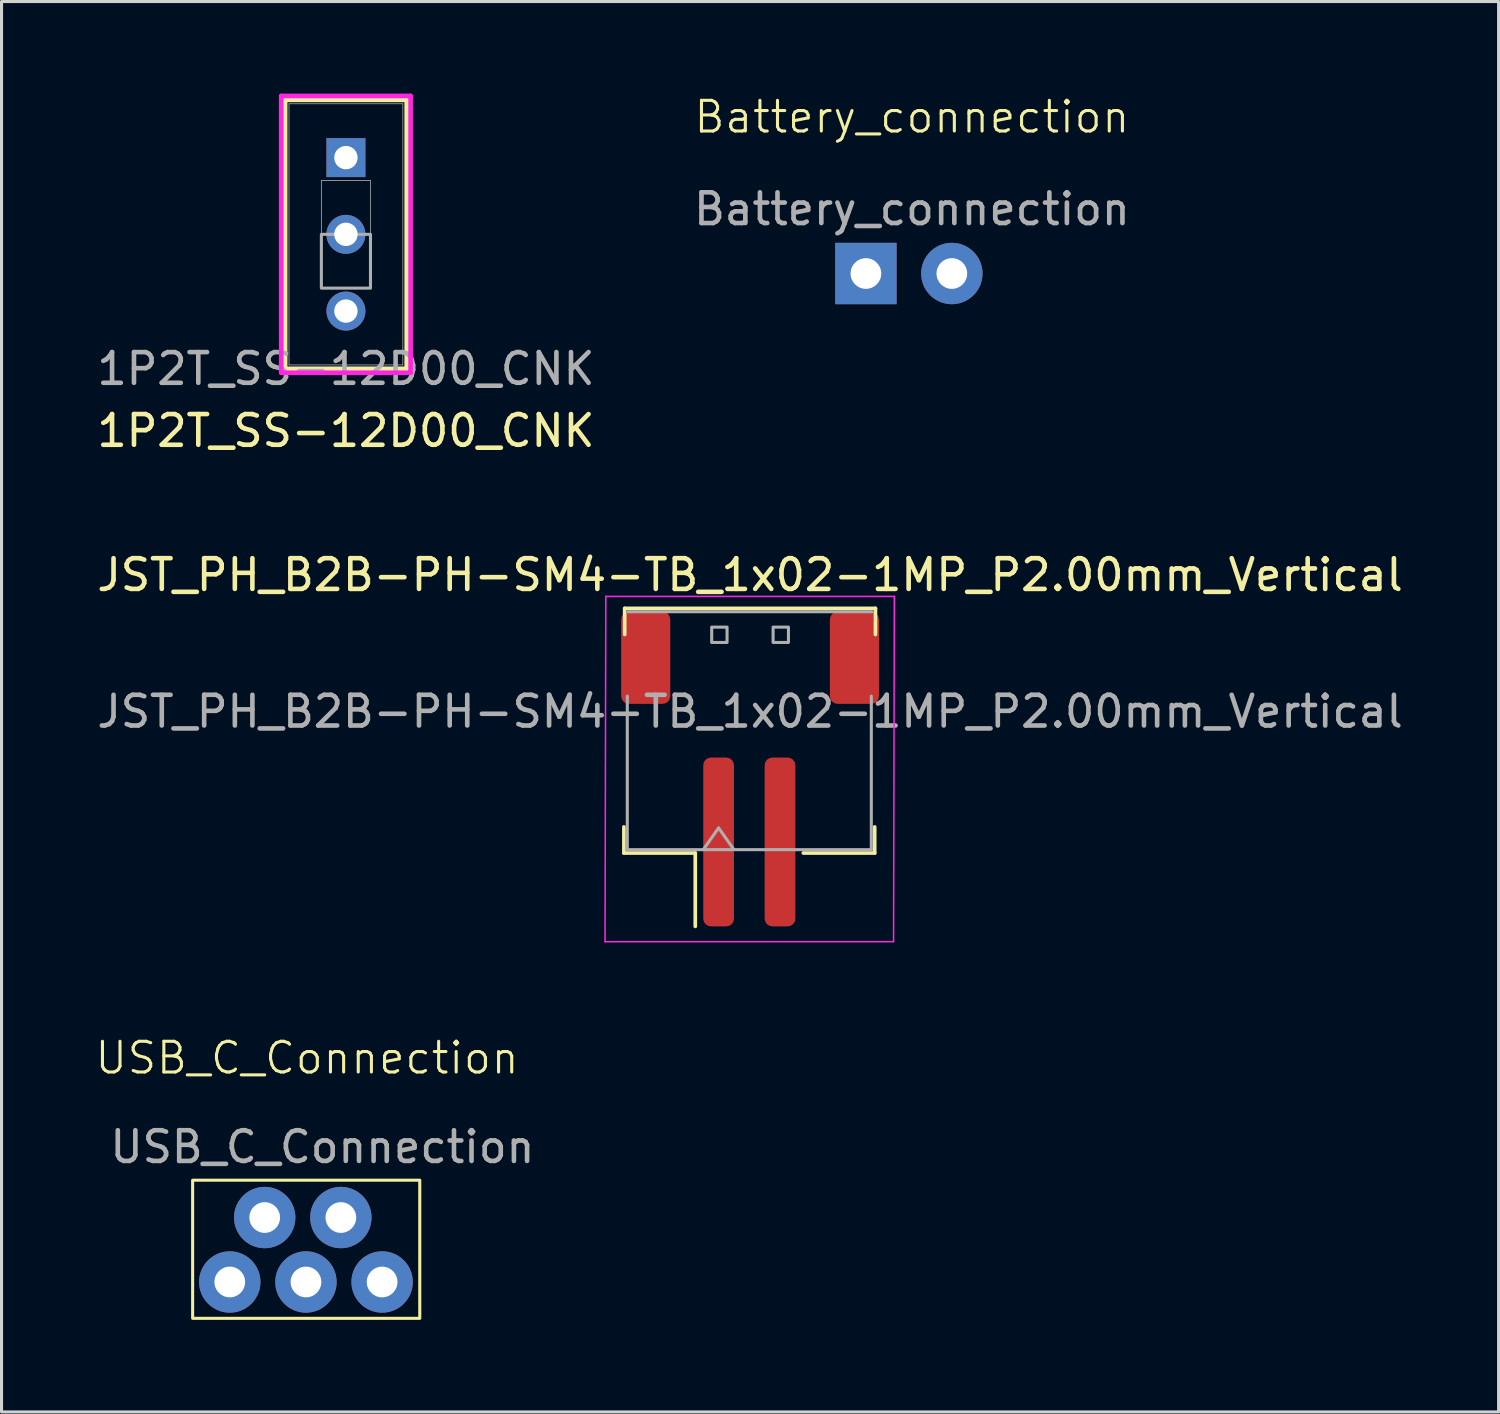
<source format=kicad_pcb>
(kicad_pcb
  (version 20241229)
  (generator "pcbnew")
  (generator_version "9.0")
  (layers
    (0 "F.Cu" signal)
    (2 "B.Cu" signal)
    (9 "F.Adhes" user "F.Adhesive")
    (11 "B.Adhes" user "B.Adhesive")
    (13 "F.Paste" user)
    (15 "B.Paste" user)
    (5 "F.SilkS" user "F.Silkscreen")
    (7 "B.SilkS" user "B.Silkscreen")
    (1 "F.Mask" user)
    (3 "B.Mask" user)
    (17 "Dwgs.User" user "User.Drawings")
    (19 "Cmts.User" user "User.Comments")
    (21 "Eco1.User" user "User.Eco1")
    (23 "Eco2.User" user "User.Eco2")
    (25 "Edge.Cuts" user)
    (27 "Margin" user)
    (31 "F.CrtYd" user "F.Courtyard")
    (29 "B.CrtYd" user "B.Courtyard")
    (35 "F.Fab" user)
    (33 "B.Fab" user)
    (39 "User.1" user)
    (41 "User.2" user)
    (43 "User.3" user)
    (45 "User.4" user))
  (footprint "1P2T_SS-12D00_CNK"
    (layer "F.Cu")
    (at 8.22 2.085)
    (property "Reference" "1P2T_SS-12D00_CNK" (at 0 8.9 0) (unlocked yes) (layer "F.SilkS") (effects (font (size 1 1) (thickness 0.15))))
    (attr through_hole)
    (fp_line (start -1.981 -1.881) (end -1.981 6.881) (stroke (width 0.152) (type solid)) (layer "F.SilkS"))
    (fp_line (start -1.981 6.881) (end 1.981 6.881) (stroke (width 0.152) (type solid)) (layer "F.SilkS"))
    (fp_line (start 1.981 -1.881) (end -1.981 -1.881) (stroke (width 0.152) (type solid)) (layer "F.SilkS"))
    (fp_line (start 1.981 6.881) (end 1.981 -1.881) (stroke (width 0.152) (type solid)) (layer "F.SilkS"))
    (fp_line (start -2.108 -2.009) (end -2.108 7.008) (stroke (width 0.152) (type solid)) (layer "F.CrtYd"))
    (fp_line (start -2.108 7.008) (end 2.108 7.008) (stroke (width 0.152) (type solid)) (layer "F.CrtYd"))
    (fp_line (start 2.108 -2.009) (end -2.108 -2.009) (stroke (width 0.152) (type solid)) (layer "F.CrtYd"))
    (fp_line (start 2.108 7.008) (end 2.108 -2.009) (stroke (width 0.152) (type solid)) (layer "F.CrtYd"))
    (fp_line (start -1.854 -1.754) (end -1.854 6.755) (stroke (width 0.025) (type solid)) (layer "F.Fab"))
    (fp_line (start -1.854 6.755) (end 1.854 6.755) (stroke (width 0.025) (type solid)) (layer "F.Fab"))
    (fp_line (start -0.8 0.747) (end 0.8 0.747) (stroke (width 0.025) (type solid)) (layer "F.Fab"))
    (fp_line (start -0.8 4.253) (end -0.8 0.747) (stroke (width 0.025) (type solid)) (layer "F.Fab"))
    (fp_line (start 0.8 0.747) (end 0.8 4.253) (stroke (width 0.025) (type solid)) (layer "F.Fab"))
    (fp_line (start 0.8 4.253) (end -0.8 4.253) (stroke (width 0.025) (type solid)) (layer "F.Fab"))
    (fp_line (start 1.854 -1.754) (end -1.854 -1.754) (stroke (width 0.025) (type solid)) (layer "F.Fab"))
    (fp_line (start 1.854 6.755) (end 1.854 -1.754) (stroke (width 0.025) (type solid)) (layer "F.Fab"))
    (fp_poly (pts (xy -0.8 4.253) (xy -0.8 2.5) (xy 0.8 2.5) (xy 0.8 4.253)) (stroke (width 0.1) (type solid)) (fill no) (layer "F.Fab"))
    (fp_text user "${REFERENCE}" (at 0 6.881 0) (unlocked yes) (layer "F.Fab") (effects (font (size 1 1) (thickness 0.15))))
    (pad "1" thru_hole rect (at 0 0) (size 1.27 1.27) (drill 0.762) (layers "*.Cu" "*.Mask"))
    (pad "2" thru_hole circle (at 0 2.5) (size 1.27 1.27) (drill 0.762) (layers "*.Cu" "*.Mask"))
    (pad "3" thru_hole circle (at 0 5) (size 1.27 1.27) (drill 0.762) (layers "*.Cu" "*.Mask")))
  (footprint "USB_C_Connection"
    (layer "F.Cu")
    (at 6.955 35.417)
    (property "Reference" "USB_C_Connection" (at 0 -4 0) (unlocked yes) (layer "F.SilkS") (effects (font (size 1 1) (thickness 0.1))))
    (attr smd)
    (fp_rect (start -3.729 -0.016) (end 3.671 4.484) (stroke (width 0.1) (type default)) (fill no) (layer "F.SilkS"))
    (fp_text user "${REFERENCE}" (at 0.5 -1.1 0) (unlocked yes) (layer "F.Fab") (effects (font (size 1 1) (thickness 0.15))))
    (pad "A5" thru_hole circle (at 2.444 3.3) (size 2 2) (drill 1) (layers "*.Cu" "*.Mask"))
    (pad "A6" thru_hole circle (at -2.519 3.3) (size 2 2) (drill 1) (layers "*.Cu" "*.Mask"))
    (pad "A7" thru_hole circle (at -1.381 1.2) (size 2 2) (drill 1) (layers "*.Cu" "*.Mask"))
    (pad "B4" thru_hole circle (at 1.1 1.2) (size 2 2) (drill 1) (layers "*.Cu" "*.Mask"))
    (pad "B5" thru_hole circle (at -0.037 3.3) (size 2 2) (drill 1) (layers "*.Cu" "*.Mask")))
  (footprint "JST_PH_B2B-PH-SM4-TB_1x02-1MP_P2.00mm_Vertical"
    (layer "F.Cu")
    (at 21.362 23.881)
    (property "Reference" "JST_PH_B2B-PH-SM4-TB_1x02-1MP_P2.00mm_Vertical" (at 0.025 -8.2 0) (layer "F.SilkS") (effects (font (size 1 1) (thickness 0.15))))
    (attr smd)
    (fp_line (start -4.085 0.01) (end -4.085 0.86) (stroke (width 0.12) (type solid)) (layer "F.SilkS"))
    (fp_line (start -4.085 0.86) (end -1.76 0.86) (stroke (width 0.12) (type solid)) (layer "F.SilkS"))
    (fp_line (start -4.06 -7.11) (end 4.11 -7.11) (stroke (width 0.12) (type solid)) (layer "F.SilkS"))
    (fp_line (start -4.06 -6.26) (end -4.06 -7.11) (stroke (width 0.12) (type solid)) (layer "F.SilkS"))
    (fp_line (start -1.76 0.86) (end -1.76 3.25) (stroke (width 0.12) (type solid)) (layer "F.SilkS"))
    (fp_line (start 4.085 0.01) (end 4.085 0.86) (stroke (width 0.12) (type solid)) (layer "F.SilkS"))
    (fp_line (start 4.085 0.86) (end 1.76 0.86) (stroke (width 0.12) (type solid)) (layer "F.SilkS"))
    (fp_line (start 4.11 -7.11) (end 4.11 -6.26) (stroke (width 0.12) (type solid)) (layer "F.SilkS"))
    (fp_line (start -4.7 3.75) (end 4.7 3.75) (stroke (width 0.05) (type solid)) (layer "F.CrtYd"))
    (fp_line (start -4.675 -7.5) (end -4.7 3.75) (stroke (width 0.05) (type solid)) (layer "F.CrtYd"))
    (fp_line (start 4.7 3.75) (end 4.725 -7.5) (stroke (width 0.05) (type solid)) (layer "F.CrtYd"))
    (fp_line (start 4.725 -7.5) (end -4.675 -7.5) (stroke (width 0.05) (type solid)) (layer "F.CrtYd"))
    (fp_line (start -3.975 0.75) (end -3.975 -4.25) (stroke (width 0.1) (type solid)) (layer "F.Fab"))
    (fp_line (start -3.975 0.75) (end 3.975 0.75) (stroke (width 0.1) (type solid)) (layer "F.Fab"))
    (fp_line (start -3.95 -7) (end 4 -7) (stroke (width 0.1) (type solid)) (layer "F.Fab"))
    (fp_line (start -1.5 0.75) (end -1 0.043) (stroke (width 0.1) (type solid)) (layer "F.Fab"))
    (fp_line (start -1 0.043) (end -0.5 0.75) (stroke (width 0.1) (type solid)) (layer "F.Fab"))
    (fp_line (start 3.975 0.75) (end 3.975 -4.25) (stroke (width 0.1) (type solid)) (layer "F.Fab"))
    (fp_rect (start -1.225 -6.5) (end -0.725 -6) (stroke (width 0.1) (type solid)) (fill no) (layer "F.Fab"))
    (fp_rect (start 0.775 -6.5) (end 1.275 -6) (stroke (width 0.1) (type solid)) (fill no) (layer "F.Fab"))
    (fp_text user "${REFERENCE}" (at 0.025 -3.75 0) (layer "F.Fab") (effects (font (size 1 1) (thickness 0.15))))
    (pad "1" smd roundrect (at -1 0.5) (size 1 5.5) (layers "F.Cu" "F.Mask" "F.Paste") (roundrect_rratio 0.25))
    (pad "2" smd roundrect (at 1 0.5) (size 1 5.5) (layers "F.Cu" "F.Mask" "F.Paste") (roundrect_rratio 0.25))
    (pad "MP" smd roundrect (at -3.375 -5.5) (size 1.6 3) (layers "F.Cu" "F.Mask" "F.Paste") (roundrect_rratio 0.156))
    (pad "MP" smd roundrect (at 3.425 -5.5) (size 1.6 3) (layers "F.Cu" "F.Mask" "F.Paste") (roundrect_rratio 0.156)))
  (footprint "Battery_connection"
    (layer "F.Cu")
    (at 26.561 4.861)
    (property "Reference" "Battery_connection" (at 0.1 -4.1 0) (unlocked yes) (layer "F.SilkS") (effects (font (size 1 1) (thickness 0.1))))
    (attr smd)
    (fp_text user "${REFERENCE}" (at 0.1 -1.1 0) (unlocked yes) (layer "F.Fab") (effects (font (size 1 1) (thickness 0.15))))
    (pad "1" thru_hole rect (at -1.4 1 270) (size 2 2) (drill 1) (layers "*.Cu" "*.Mask"))
    (pad "2" thru_hole circle (at 1.4 1 270) (size 2 2) (drill 1) (layers "*.Cu" "*.Mask")))
  (gr_rect
    (start -3 -3)
    (end 45.774 42.951)
    (stroke (width 0.1) (type default))
    (fill no)
    (layer "Edge.Cuts")))
</source>
